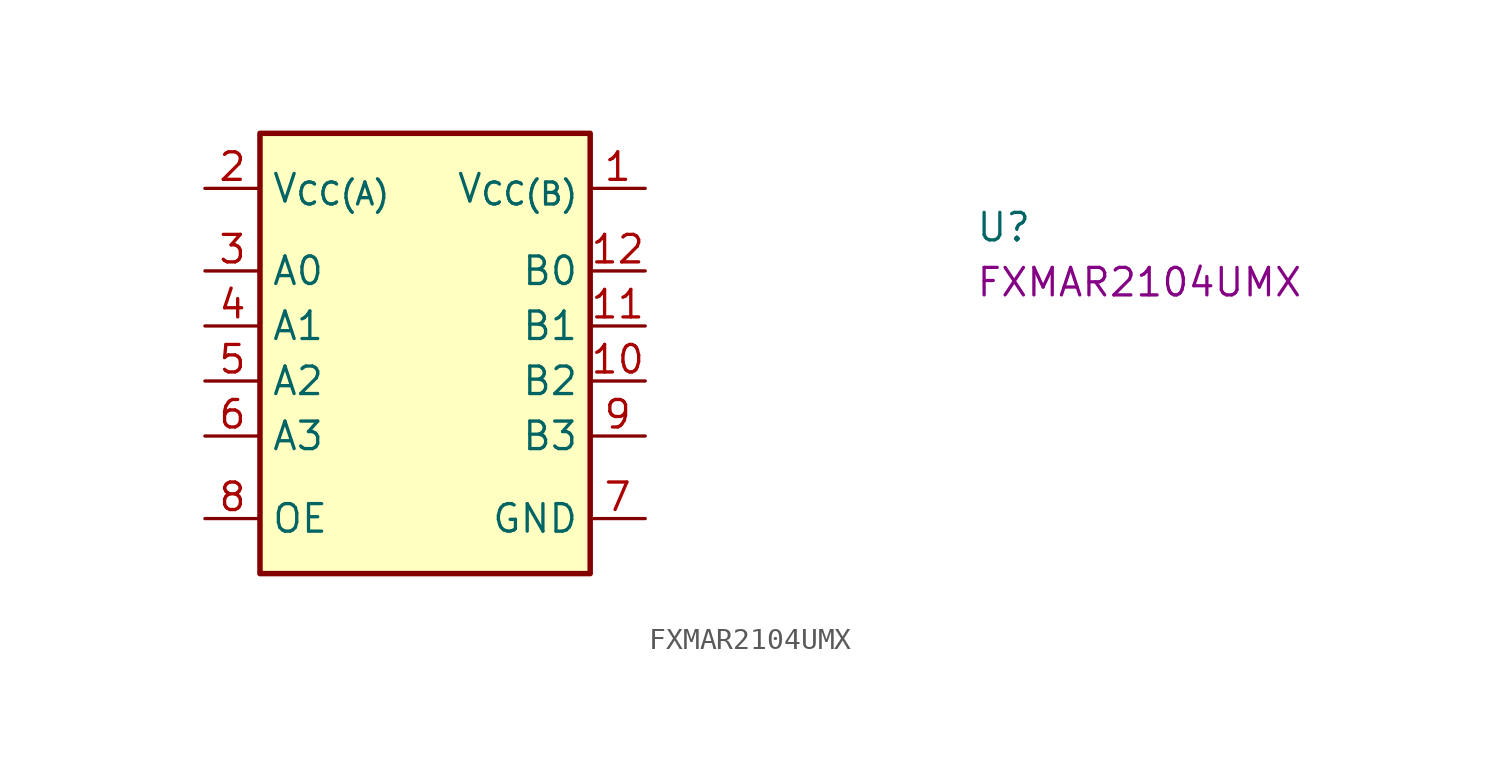
<source format=kicad_sym>
(kicad_symbol_lib
  (version 20220914)
  (generator kicad_symbol_editor)
  (symbol "FXMAR2104UMX"
    (property "Reference" "U"
      (at 35.56 -2.54 0)
      (effects (font (size 1.27 1.27) (thickness 0.15)) (justify left bottom)))
    (property "MPN" "FXMAR2104UMX"
      (at 35.56 -5.08 0)
      (effects (font (size 1.27 1.27) (thickness 0.15)) (justify left bottom)))
    (symbol "FXMAR2104UMX_1_1"
      (rectangle (start 2.54 2.54) (end 17.78 -17.78) (stroke (width 0.254) (type default)) (fill (type background)))
      (pin power_in line (at 20.32 0 180) (length 2.54) (name "V_{CC(B)}" (effects (font (size 1.27 1.27)))) (number "1" (effects (font (size 1.27 1.27)))))
      (pin bidirectional line (at 20.32 -8.89 180) (length 2.54) (name "B2" (effects (font (size 1.27 1.27)))) (number "10" (effects (font (size 1.27 1.27)))))
      (pin bidirectional line (at 20.32 -6.35 180) (length 2.54) (name "B1" (effects (font (size 1.27 1.27)))) (number "11" (effects (font (size 1.27 1.27)))))
      (pin bidirectional line (at 20.32 -3.81 180) (length 2.54) (name "B0" (effects (font (size 1.27 1.27)))) (number "12" (effects (font (size 1.27 1.27)))))
      (pin power_in line (at 0 0 0) (length 2.54) (name "V_{CC(A)}" (effects (font (size 1.27 1.27)))) (number "2" (effects (font (size 1.27 1.27)))))
      (pin bidirectional line (at 0 -3.81 0) (length 2.54) (name "A0" (effects (font (size 1.27 1.27)))) (number "3" (effects (font (size 1.27 1.27)))))
      (pin bidirectional line (at 0 -6.35 0) (length 2.54) (name "A1" (effects (font (size 1.27 1.27)))) (number "4" (effects (font (size 1.27 1.27)))))
      (pin bidirectional line (at 0 -8.89 0) (length 2.54) (name "A2" (effects (font (size 1.27 1.27)))) (number "5" (effects (font (size 1.27 1.27)))))
      (pin bidirectional line (at 0 -11.43 0) (length 2.54) (name "A3" (effects (font (size 1.27 1.27)))) (number "6" (effects (font (size 1.27 1.27)))))
      (pin power_in line (at 20.32 -15.24 180) (length 2.54) (name "GND" (effects (font (size 1.27 1.27)))) (number "7" (effects (font (size 1.27 1.27)))))
      (pin input line (at 0 -15.24 0) (length 2.54) (name "OE" (effects (font (size 1.27 1.27)))) (number "8" (effects (font (size 1.27 1.27)))))
      (pin bidirectional line (at 20.32 -11.43 180) (length 2.54) (name "B3" (effects (font (size 1.27 1.27)))) (number "9" (effects (font (size 1.27 1.27))))))))
</source>
